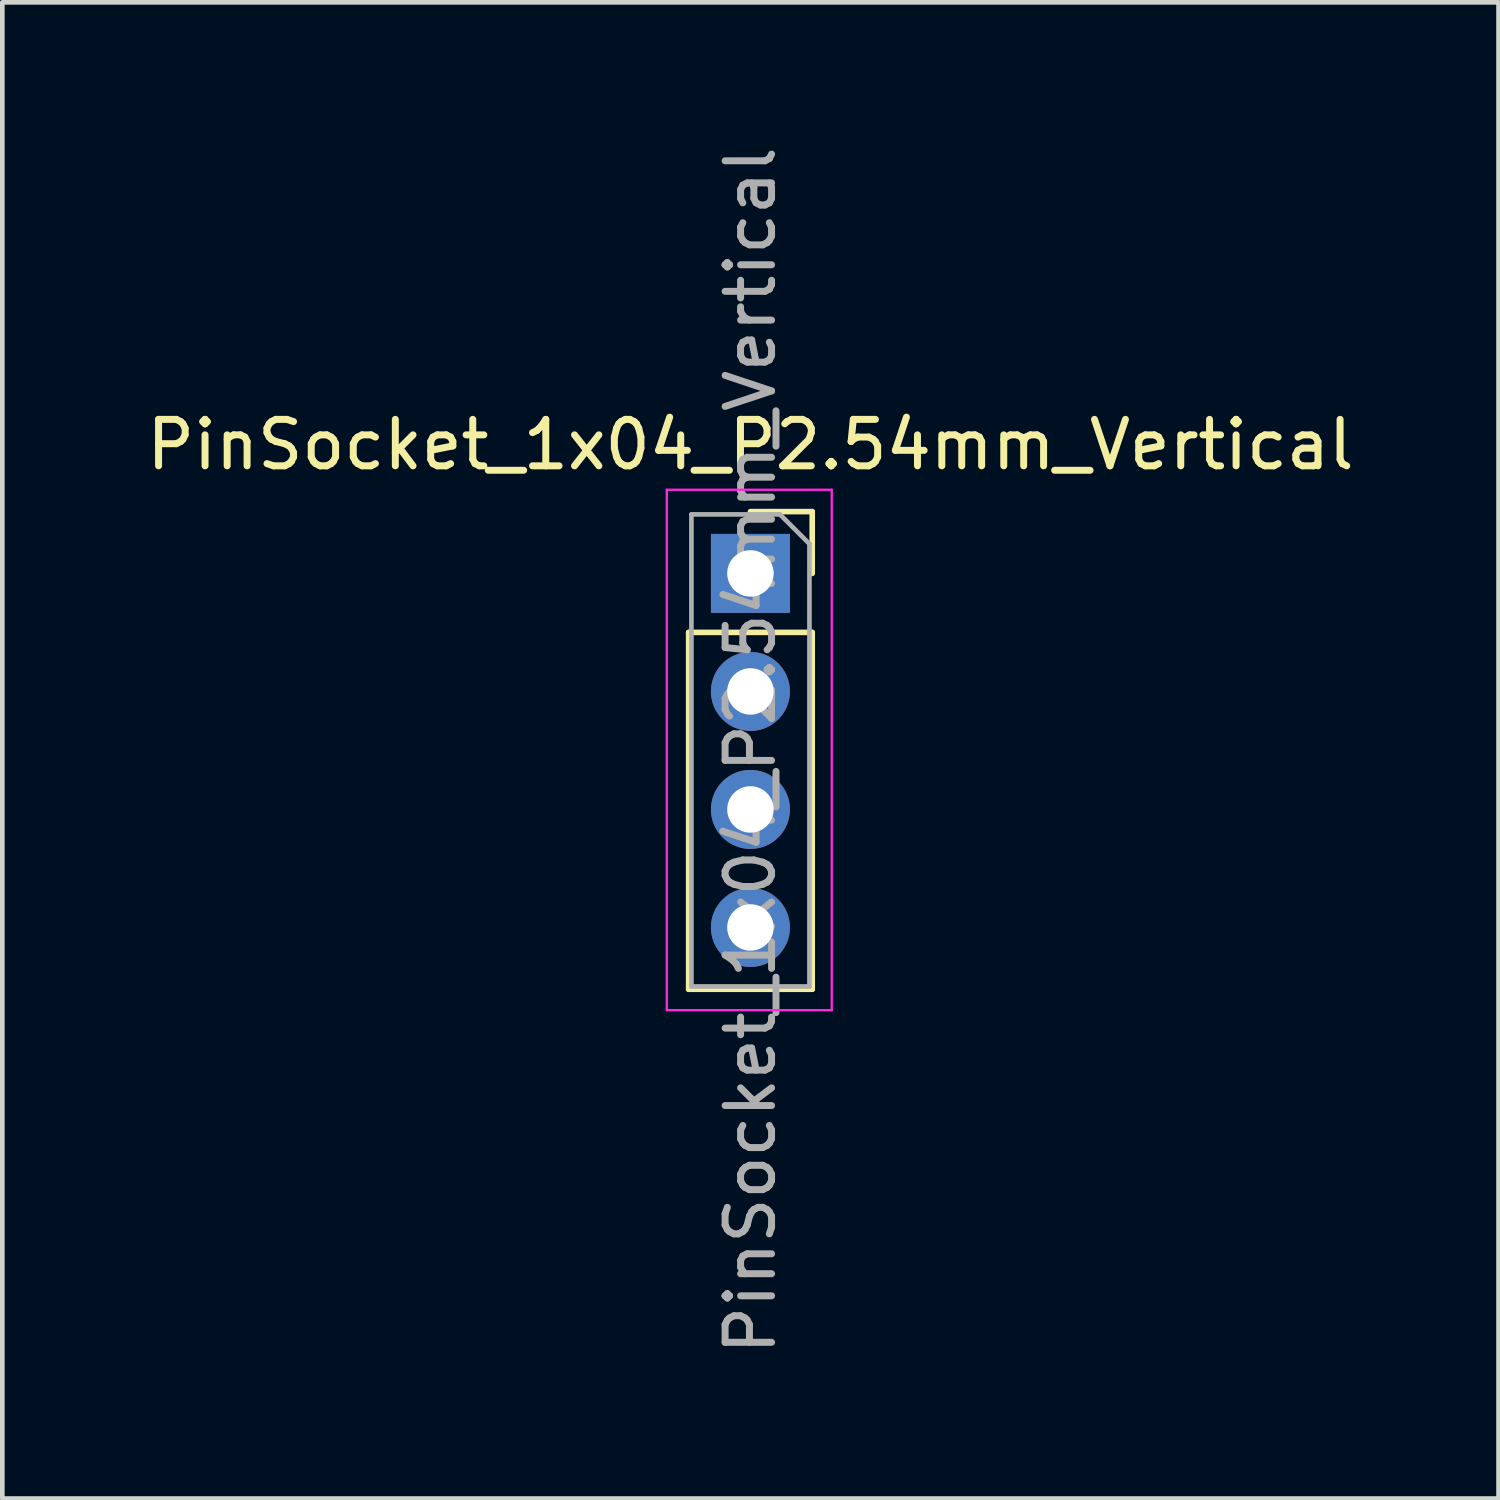
<source format=kicad_pcb>
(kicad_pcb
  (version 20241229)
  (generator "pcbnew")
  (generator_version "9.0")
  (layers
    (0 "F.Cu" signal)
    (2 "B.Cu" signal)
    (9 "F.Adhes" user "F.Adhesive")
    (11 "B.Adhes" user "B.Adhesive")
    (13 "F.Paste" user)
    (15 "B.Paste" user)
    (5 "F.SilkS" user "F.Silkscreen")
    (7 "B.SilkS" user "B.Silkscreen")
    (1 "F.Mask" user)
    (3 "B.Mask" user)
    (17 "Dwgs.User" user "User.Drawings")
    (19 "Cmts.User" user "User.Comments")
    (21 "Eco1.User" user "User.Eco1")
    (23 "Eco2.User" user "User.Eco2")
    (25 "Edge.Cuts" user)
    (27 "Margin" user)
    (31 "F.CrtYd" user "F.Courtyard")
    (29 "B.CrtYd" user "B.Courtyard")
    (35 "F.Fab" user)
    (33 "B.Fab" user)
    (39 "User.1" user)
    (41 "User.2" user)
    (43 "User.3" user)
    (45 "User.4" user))
  (footprint "PinSocket_1x04_P2.54mm_Vertical"
    (layer "F.Cu")
    (at 13.101 9.291)
    (property "Reference" "PinSocket_1x04_P2.54mm_Vertical" (at 0 -2.77 180) (layer "F.SilkS") (effects (font (size 1 1) (thickness 0.15))))
    (attr through_hole)
    (fp_line (start -1.33 1.27) (end -1.33 8.95) (stroke (width 0.12) (type solid)) (layer "F.SilkS"))
    (fp_line (start -1.33 1.27) (end 1.33 1.27) (stroke (width 0.12) (type solid)) (layer "F.SilkS"))
    (fp_line (start -1.33 8.95) (end 1.33 8.95) (stroke (width 0.12) (type solid)) (layer "F.SilkS"))
    (fp_line (start 0 -1.33) (end 1.33 -1.33) (stroke (width 0.12) (type solid)) (layer "F.SilkS"))
    (fp_line (start 1.33 -1.33) (end 1.33 0) (stroke (width 0.12) (type solid)) (layer "F.SilkS"))
    (fp_line (start 1.33 1.27) (end 1.33 8.95) (stroke (width 0.12) (type solid)) (layer "F.SilkS"))
    (fp_line (start -1.8 -1.8) (end 1.75 -1.8) (stroke (width 0.05) (type solid)) (layer "F.CrtYd"))
    (fp_line (start -1.8 9.4) (end -1.8 -1.8) (stroke (width 0.05) (type solid)) (layer "F.CrtYd"))
    (fp_line (start 1.75 -1.8) (end 1.75 9.4) (stroke (width 0.05) (type solid)) (layer "F.CrtYd"))
    (fp_line (start 1.75 9.4) (end -1.8 9.4) (stroke (width 0.05) (type solid)) (layer "F.CrtYd"))
    (fp_line (start -1.27 -1.27) (end 0.635 -1.27) (stroke (width 0.1) (type solid)) (layer "F.Fab"))
    (fp_line (start -1.27 8.89) (end -1.27 -1.27) (stroke (width 0.1) (type solid)) (layer "F.Fab"))
    (fp_line (start 0.635 -1.27) (end 1.27 -0.635) (stroke (width 0.1) (type solid)) (layer "F.Fab"))
    (fp_line (start 1.27 -0.635) (end 1.27 8.89) (stroke (width 0.1) (type solid)) (layer "F.Fab"))
    (fp_line (start 1.27 8.89) (end -1.27 8.89) (stroke (width 0.1) (type solid)) (layer "F.Fab"))
    (fp_text user "${REFERENCE}" (at 0 3.81 270) (layer "F.Fab") (effects (font (size 1 1) (thickness 0.15))))
    (pad "1" thru_hole rect (at 0 0) (size 1.7 1.7) (drill 1) (layers "*.Cu" "*.Mask"))
    (pad "2" thru_hole oval (at 0 2.54) (size 1.7 1.7) (drill 1) (layers "*.Cu" "*.Mask"))
    (pad "3" thru_hole oval (at 0 5.08) (size 1.7 1.7) (drill 1) (layers "*.Cu" "*.Mask"))
    (pad "4" thru_hole oval (at 0 7.62) (size 1.7 1.7) (drill 1) (layers "*.Cu" "*.Mask")))
  (gr_rect
    (start -3 -3)
    (end 29.202 29.202)
    (stroke (width 0.1) (type default))
    (fill no)
    (layer "Edge.Cuts")))
</source>
